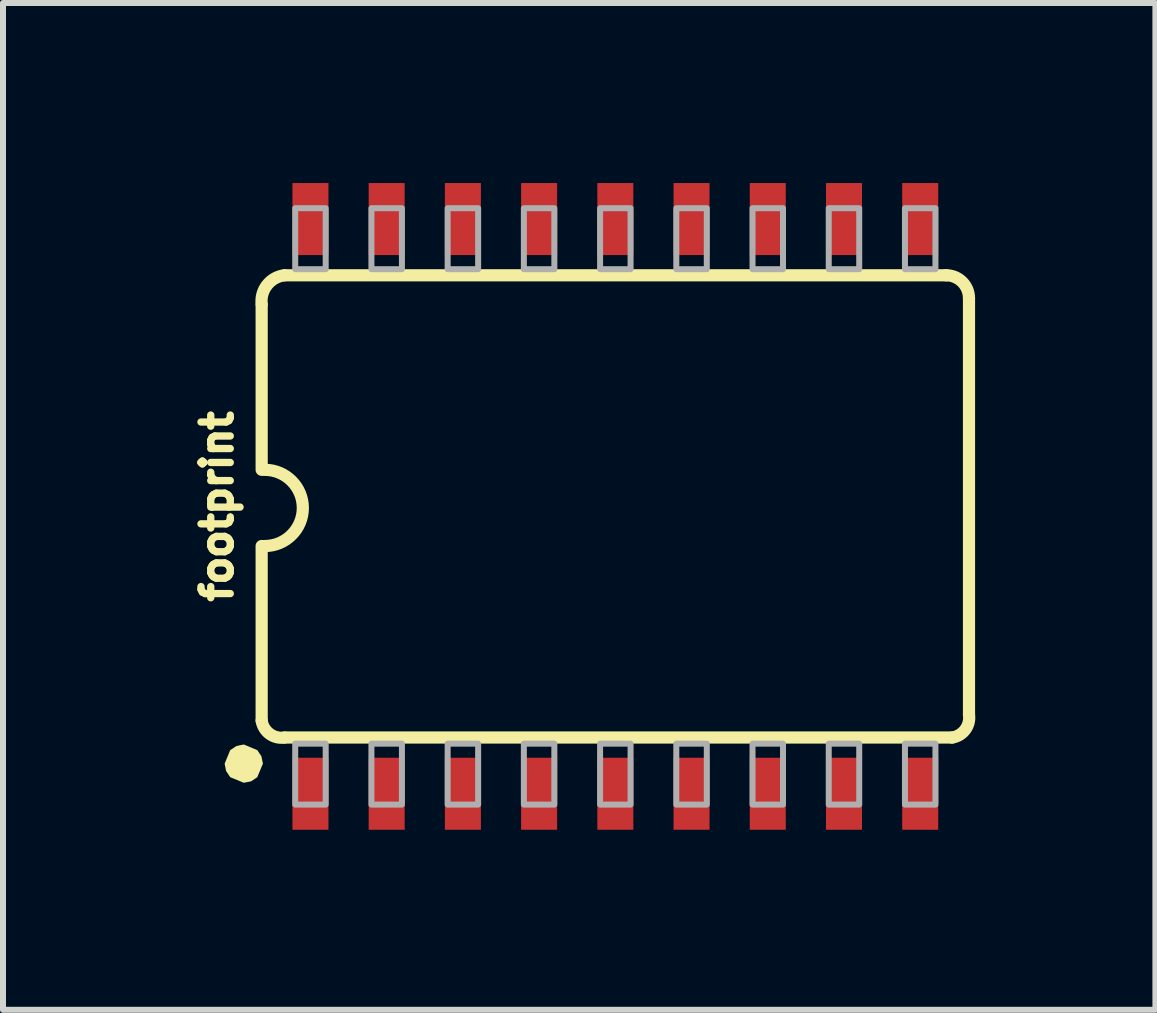
<source format=kicad_pcb>
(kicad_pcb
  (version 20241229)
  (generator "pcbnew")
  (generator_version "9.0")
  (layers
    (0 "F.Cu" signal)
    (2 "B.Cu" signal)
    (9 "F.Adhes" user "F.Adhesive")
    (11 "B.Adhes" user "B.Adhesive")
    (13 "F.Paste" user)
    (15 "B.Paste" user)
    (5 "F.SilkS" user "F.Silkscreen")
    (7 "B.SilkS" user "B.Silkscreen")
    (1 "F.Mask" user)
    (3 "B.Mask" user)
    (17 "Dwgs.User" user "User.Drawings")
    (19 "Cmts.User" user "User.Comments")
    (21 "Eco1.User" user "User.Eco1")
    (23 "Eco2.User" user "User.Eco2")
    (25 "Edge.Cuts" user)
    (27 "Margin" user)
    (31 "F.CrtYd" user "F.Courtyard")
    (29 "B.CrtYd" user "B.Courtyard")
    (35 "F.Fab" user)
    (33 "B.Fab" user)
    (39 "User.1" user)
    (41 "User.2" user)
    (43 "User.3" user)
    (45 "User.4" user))
  (footprint "footprint"
    (layer "F.Cu")
    (at 7.203 5.388)
    (property "Reference" "footprint" (at -6.35 0 90) (layer "F.SilkS") (effects (font (size 0.488 0.488) (thickness 0.122)) (justify bottom)))
    (fp_line (start -5.893 -3.358) (end -5.893 -0.61) (stroke (width 0.203) (type solid)) (layer "F.SilkS"))
    (fp_line (start -5.893 3.57) (end -5.893 0.66) (stroke (width 0.203) (type solid)) (layer "F.SilkS"))
    (fp_line (start -5.512 3.851) (end 5.612 3.851) (stroke (width 0.203) (type solid)) (layer "F.SilkS"))
    (fp_line (start 5.512 -3.851) (end -5.512 -3.851) (stroke (width 0.203) (type solid)) (layer "F.SilkS"))
    (fp_line (start 5.893 3.47) (end 5.893 -3.47) (stroke (width 0.203) (type solid)) (layer "F.SilkS"))
    (fp_arc (start -5.8928 -3.3703) (mid -5.801948 -3.689731) (end -5.5118 -3.8513) (stroke (width 0.2032) (type solid)) (layer "F.SilkS"))
    (fp_arc (start -5.842 -0.6096) (mid -5.207 0.0254) (end -5.842 0.6604) (stroke (width 0.2032) (type solid)) (layer "F.SilkS"))
    (fp_arc (start -5.511799 3.851301) (mid -5.76054 3.789767) (end -5.8928 3.5703) (stroke (width 0.2032) (type solid)) (layer "F.SilkS"))
    (fp_arc (start 5.5118 -3.8513) (mid 5.781237 -3.739736) (end 5.8928 -3.470298) (stroke (width 0.2032) (type solid)) (layer "F.SilkS"))
    (fp_arc (start 5.8928 3.4703) (mid 5.831208 3.718997) (end 5.6118 3.8513) (stroke (width 0.2032) (type solid)) (layer "F.SilkS"))
    (fp_poly (pts (xy -5.966 4.061) (xy -5.897 4.164) (xy -5.872 4.286) (xy -5.966 4.512) (xy -6.069 4.581) (xy -6.191 4.605) (xy -6.417 4.512) (xy -6.486 4.408) (xy -6.51 4.286) (xy -6.417 4.061) (xy -6.313 3.992) (xy -6.191 3.967)) (stroke (width 0) (type solid)) (fill yes) (layer "F.SilkS"))
    (fp_poly (pts (xy -5.334 -3.953) (xy -4.826 -3.953) (xy -4.826 -4.969) (xy -5.334 -4.969)) (stroke (width 0.1) (type solid)) (fill no) (layer "F.Fab"))
    (fp_poly (pts (xy -4.826 3.953) (xy -5.334 3.953) (xy -5.334 4.969) (xy -4.826 4.969)) (stroke (width 0.1) (type solid)) (fill no) (layer "F.Fab"))
    (fp_poly (pts (xy -4.064 -3.953) (xy -3.556 -3.953) (xy -3.556 -4.969) (xy -4.064 -4.969)) (stroke (width 0.1) (type solid)) (fill no) (layer "F.Fab"))
    (fp_poly (pts (xy -3.556 3.953) (xy -4.064 3.953) (xy -4.064 4.969) (xy -3.556 4.969)) (stroke (width 0.1) (type solid)) (fill no) (layer "F.Fab"))
    (fp_poly (pts (xy -2.794 -3.953) (xy -2.286 -3.953) (xy -2.286 -4.969) (xy -2.794 -4.969)) (stroke (width 0.1) (type solid)) (fill no) (layer "F.Fab"))
    (fp_poly (pts (xy -2.286 3.953) (xy -2.794 3.953) (xy -2.794 4.969) (xy -2.286 4.969)) (stroke (width 0.1) (type solid)) (fill no) (layer "F.Fab"))
    (fp_poly (pts (xy -1.524 -3.953) (xy -1.016 -3.953) (xy -1.016 -4.969) (xy -1.524 -4.969)) (stroke (width 0.1) (type solid)) (fill no) (layer "F.Fab"))
    (fp_poly (pts (xy -1.016 3.953) (xy -1.524 3.953) (xy -1.524 4.969) (xy -1.016 4.969)) (stroke (width 0.1) (type solid)) (fill no) (layer "F.Fab"))
    (fp_poly (pts (xy -0.254 -3.953) (xy 0.254 -3.953) (xy 0.254 -4.969) (xy -0.254 -4.969)) (stroke (width 0.1) (type solid)) (fill no) (layer "F.Fab"))
    (fp_poly (pts (xy 0.254 3.953) (xy -0.254 3.953) (xy -0.254 4.969) (xy 0.254 4.969)) (stroke (width 0.1) (type solid)) (fill no) (layer "F.Fab"))
    (fp_poly (pts (xy 1.016 -3.953) (xy 1.524 -3.953) (xy 1.524 -4.969) (xy 1.016 -4.969)) (stroke (width 0.1) (type solid)) (fill no) (layer "F.Fab"))
    (fp_poly (pts (xy 1.524 3.953) (xy 1.016 3.953) (xy 1.016 4.969) (xy 1.524 4.969)) (stroke (width 0.1) (type solid)) (fill no) (layer "F.Fab"))
    (fp_poly (pts (xy 2.286 -3.953) (xy 2.794 -3.953) (xy 2.794 -4.969) (xy 2.286 -4.969)) (stroke (width 0.1) (type solid)) (fill no) (layer "F.Fab"))
    (fp_poly (pts (xy 2.794 3.953) (xy 2.286 3.953) (xy 2.286 4.969) (xy 2.794 4.969)) (stroke (width 0.1) (type solid)) (fill no) (layer "F.Fab"))
    (fp_poly (pts (xy 3.556 -3.953) (xy 4.064 -3.953) (xy 4.064 -4.969) (xy 3.556 -4.969)) (stroke (width 0.1) (type solid)) (fill no) (layer "F.Fab"))
    (fp_poly (pts (xy 4.064 3.953) (xy 3.556 3.953) (xy 3.556 4.969) (xy 4.064 4.969)) (stroke (width 0.1) (type solid)) (fill no) (layer "F.Fab"))
    (fp_poly (pts (xy 4.826 -3.953) (xy 5.334 -3.953) (xy 5.334 -4.969) (xy 4.826 -4.969)) (stroke (width 0.1) (type solid)) (fill no) (layer "F.Fab"))
    (fp_poly (pts (xy 5.334 3.953) (xy 4.826 3.953) (xy 4.826 4.969) (xy 5.334 4.969)) (stroke (width 0.1) (type solid)) (fill no) (layer "F.Fab"))
    (pad "1" smd rect (at -5.08 4.788) (size 0.6 1.2) (layers "F.Cu" "F.Mask" "F.Paste"))
    (pad "2" smd rect (at -3.81 4.788) (size 0.6 1.2) (layers "F.Cu" "F.Mask" "F.Paste"))
    (pad "3" smd rect (at -2.54 4.788) (size 0.6 1.2) (layers "F.Cu" "F.Mask" "F.Paste"))
    (pad "4" smd rect (at -1.27 4.788) (size 0.6 1.2) (layers "F.Cu" "F.Mask" "F.Paste"))
    (pad "5" smd rect (at 0 4.788) (size 0.6 1.2) (layers "F.Cu" "F.Mask" "F.Paste"))
    (pad "6" smd rect (at 1.27 4.788) (size 0.6 1.2) (layers "F.Cu" "F.Mask" "F.Paste"))
    (pad "7" smd rect (at 2.54 4.788) (size 0.6 1.2) (layers "F.Cu" "F.Mask" "F.Paste"))
    (pad "8" smd rect (at 3.81 4.788) (size 0.6 1.2) (layers "F.Cu" "F.Mask" "F.Paste"))
    (pad "9" smd rect (at 5.08 4.788) (size 0.6 1.2) (layers "F.Cu" "F.Mask" "F.Paste"))
    (pad "10" smd rect (at 5.08 -4.788) (size 0.6 1.2) (layers "F.Cu" "F.Mask" "F.Paste"))
    (pad "11" smd rect (at 3.81 -4.788) (size 0.6 1.2) (layers "F.Cu" "F.Mask" "F.Paste"))
    (pad "12" smd rect (at 2.54 -4.788) (size 0.6 1.2) (layers "F.Cu" "F.Mask" "F.Paste"))
    (pad "13" smd rect (at 1.27 -4.788) (size 0.6 1.2) (layers "F.Cu" "F.Mask" "F.Paste"))
    (pad "14" smd rect (at 0 -4.788) (size 0.6 1.2) (layers "F.Cu" "F.Mask" "F.Paste"))
    (pad "15" smd rect (at -1.27 -4.788) (size 0.6 1.2) (layers "F.Cu" "F.Mask" "F.Paste"))
    (pad "16" smd rect (at -2.54 -4.788) (size 0.6 1.2) (layers "F.Cu" "F.Mask" "F.Paste"))
    (pad "17" smd rect (at -3.81 -4.788) (size 0.6 1.2) (layers "F.Cu" "F.Mask" "F.Paste"))
    (pad "18" smd rect (at -5.08 -4.788) (size 0.6 1.2) (layers "F.Cu" "F.Mask" "F.Paste")))
  (gr_rect
    (start -3 -3)
    (end 16.202 13.776)
    (stroke (width 0.1) (type default))
    (fill no)
    (layer "Edge.Cuts")))
</source>
